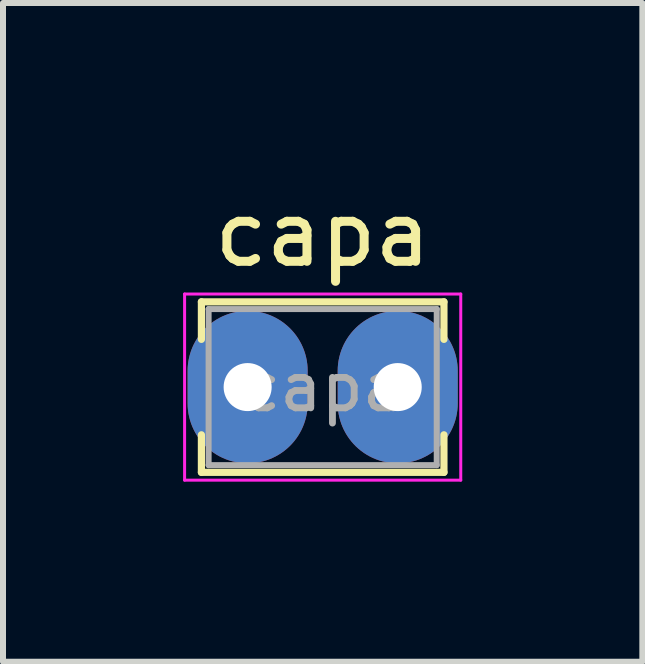
<source format=kicad_pcb>
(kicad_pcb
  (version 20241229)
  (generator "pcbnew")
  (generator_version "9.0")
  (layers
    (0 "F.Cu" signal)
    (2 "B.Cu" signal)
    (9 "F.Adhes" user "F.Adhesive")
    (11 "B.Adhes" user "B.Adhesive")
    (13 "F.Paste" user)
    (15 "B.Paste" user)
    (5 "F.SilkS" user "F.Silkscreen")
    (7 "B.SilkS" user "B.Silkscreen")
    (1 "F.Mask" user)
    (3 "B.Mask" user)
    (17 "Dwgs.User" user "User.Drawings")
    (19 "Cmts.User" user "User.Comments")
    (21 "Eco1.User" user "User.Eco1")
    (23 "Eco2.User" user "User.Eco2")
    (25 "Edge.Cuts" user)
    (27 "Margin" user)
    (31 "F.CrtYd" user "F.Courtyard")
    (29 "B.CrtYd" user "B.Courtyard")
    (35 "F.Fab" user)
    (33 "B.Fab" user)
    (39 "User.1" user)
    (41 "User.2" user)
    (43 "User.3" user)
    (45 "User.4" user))
  (footprint "capa"
    (layer "F.Cu")
    (at 1.075 3.398)
    (property "Reference" "capa" (at 1.25 -2.55 0) (layer "F.SilkS") (effects (font (size 1 1) (thickness 0.15))))
    (attr through_hole)
    (fp_line (start -0.77 -1.42) (end -0.77 -0.795) (stroke (width 0.12) (type solid)) (layer "F.SilkS"))
    (fp_line (start -0.77 -1.42) (end 3.27 -1.42) (stroke (width 0.12) (type solid)) (layer "F.SilkS"))
    (fp_line (start -0.77 0.795) (end -0.77 1.42) (stroke (width 0.12) (type solid)) (layer "F.SilkS"))
    (fp_line (start -0.77 1.42) (end 3.27 1.42) (stroke (width 0.12) (type solid)) (layer "F.SilkS"))
    (fp_line (start 3.27 -1.42) (end 3.27 -0.795) (stroke (width 0.12) (type solid)) (layer "F.SilkS"))
    (fp_line (start 3.27 0.795) (end 3.27 1.42) (stroke (width 0.12) (type solid)) (layer "F.SilkS"))
    (fp_line (start -1.05 -1.55) (end -1.05 1.55) (stroke (width 0.05) (type solid)) (layer "F.CrtYd"))
    (fp_line (start -1.05 1.55) (end 3.55 1.55) (stroke (width 0.05) (type solid)) (layer "F.CrtYd"))
    (fp_line (start 3.55 -1.55) (end -1.05 -1.55) (stroke (width 0.05) (type solid)) (layer "F.CrtYd"))
    (fp_line (start 3.55 1.55) (end 3.55 -1.55) (stroke (width 0.05) (type solid)) (layer "F.CrtYd"))
    (fp_line (start -0.65 -1.3) (end -0.65 1.3) (stroke (width 0.1) (type solid)) (layer "F.Fab"))
    (fp_line (start -0.65 1.3) (end 3.15 1.3) (stroke (width 0.1) (type solid)) (layer "F.Fab"))
    (fp_line (start 3.15 -1.3) (end -0.65 -1.3) (stroke (width 0.1) (type solid)) (layer "F.Fab"))
    (fp_line (start 3.15 1.3) (end 3.15 -1.3) (stroke (width 0.1) (type solid)) (layer "F.Fab"))
    (fp_text user "${REFERENCE}" (at 1.25 0 0) (layer "F.Fab") (effects (font (size 0.76 0.76) (thickness 0.114))))
    (pad "1" thru_hole oval (at 0 0) (size 2 2.54) (drill 0.8) (layers "*.Cu" "*.Mask"))
    (pad "2" thru_hole oval (at 2.5 0) (size 2 2.54) (drill 0.8) (layers "*.Cu" "*.Mask")))
  (gr_rect
    (start -3 -3)
    (end 7.65 7.973)
    (stroke (width 0.1) (type default))
    (fill no)
    (layer "Edge.Cuts")))
</source>
